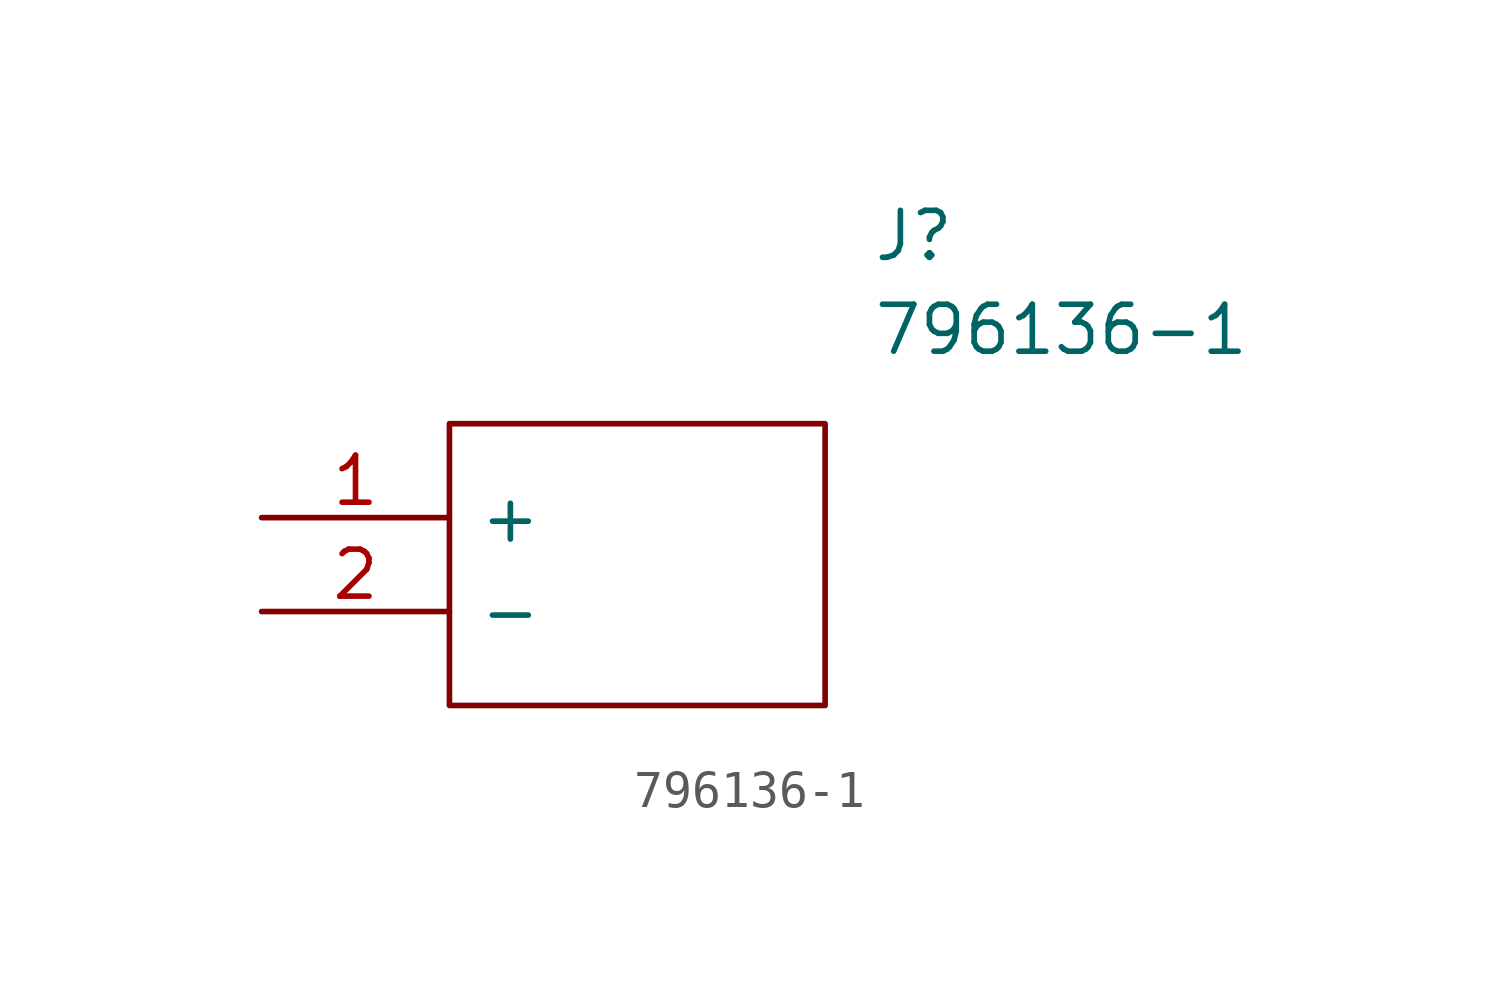
<source format=kicad_sym>
(kicad_symbol_lib
  (version 20211014)
  (generator kicad_symbol_editor)
  (symbol "796136-1"
    (pin_names
      (offset 0.762))
    (property "Reference" "J"
      (at 16.51 7.62 0)
      (effects (font (size 1.27 1.27)) (justify left)))
    (property "Value" "796136-1"
      (at 16.51 5.08 0)
      (effects (font (size 1.27 1.27)) (justify left)))
    (symbol "796136-1_0_0"
      (pin passive line (at 0 0 0) (length 5.08) (name "+" (effects (font (size 1.27 1.27)))) (number "1" (effects (font (size 1.27 1.27)))))
      (pin passive line (at 0 -2.54 0) (length 5.08) (name "-" (effects (font (size 1.27 1.27)))) (number "2" (effects (font (size 1.27 1.27))))))
    (symbol "796136-1_0_1"
      (polyline (pts (xy 5.08 2.54) (xy 15.24 2.54) (xy 15.24 -5.08) (xy 5.08 -5.08) (xy 5.08 2.54)) (stroke (width 0.152) (type default) (color 0 0 0 0)) (fill (type none))))))
</source>
